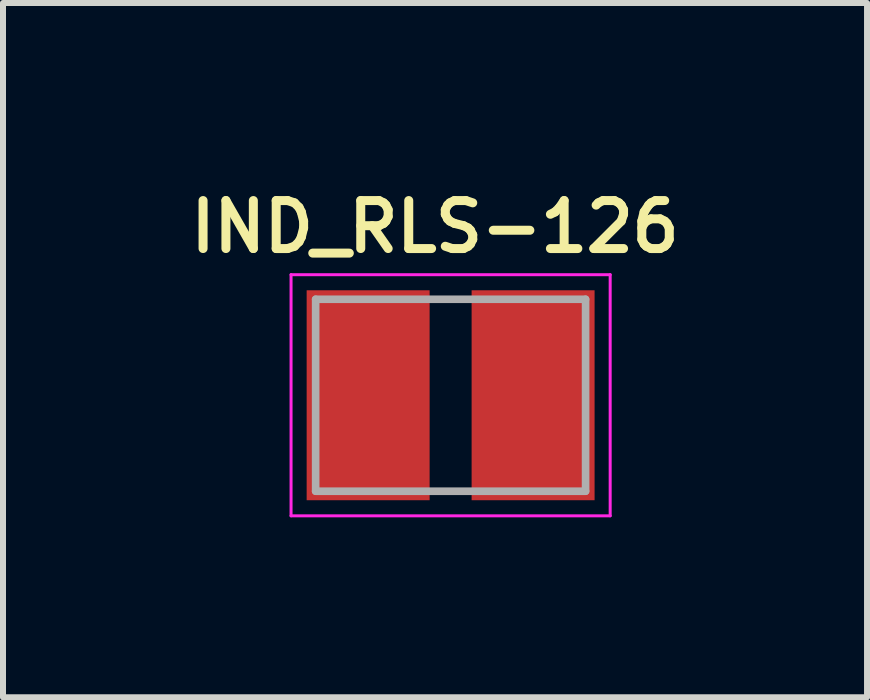
<source format=kicad_pcb>
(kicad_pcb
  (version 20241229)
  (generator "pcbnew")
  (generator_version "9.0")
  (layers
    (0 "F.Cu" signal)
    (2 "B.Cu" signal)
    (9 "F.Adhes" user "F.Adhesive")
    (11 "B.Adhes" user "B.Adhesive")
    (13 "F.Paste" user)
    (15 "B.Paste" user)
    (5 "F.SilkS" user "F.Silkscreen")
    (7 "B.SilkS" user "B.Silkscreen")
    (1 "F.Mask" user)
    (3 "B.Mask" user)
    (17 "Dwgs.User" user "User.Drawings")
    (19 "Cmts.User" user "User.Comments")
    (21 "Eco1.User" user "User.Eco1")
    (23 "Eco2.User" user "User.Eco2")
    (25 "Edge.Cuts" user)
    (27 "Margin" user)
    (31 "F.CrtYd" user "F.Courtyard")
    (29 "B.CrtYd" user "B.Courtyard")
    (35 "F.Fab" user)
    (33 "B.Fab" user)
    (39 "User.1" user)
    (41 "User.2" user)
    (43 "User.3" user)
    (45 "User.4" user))
  (footprint "IND_RLS-126"
    (layer "F.Cu")
    (at 4.462 3.539)
    (property "Reference" "IND_RLS-126" (at -0.26 -2.808 0) (layer "F.SilkS") (effects (font (size 0.8 0.8) (thickness 0.15))))
    (attr smd)
    (fp_line (start -2.66 -2.01) (end 2.66 -2.01) (stroke (width 0.05) (type solid)) (layer "F.CrtYd"))
    (fp_line (start -2.66 2.01) (end -2.66 -2.01) (stroke (width 0.05) (type solid)) (layer "F.CrtYd"))
    (fp_line (start 2.66 -2.01) (end 2.66 2.01) (stroke (width 0.05) (type solid)) (layer "F.CrtYd"))
    (fp_line (start 2.66 2.01) (end -2.66 2.01) (stroke (width 0.05) (type solid)) (layer "F.CrtYd"))
    (fp_line (start -2.25 -1.6) (end 2.25 -1.6) (stroke (width 0.127) (type solid)) (layer "F.Fab"))
    (fp_line (start -2.25 1.6) (end -2.25 -1.6) (stroke (width 0.127) (type solid)) (layer "F.Fab"))
    (fp_line (start 2.25 -1.6) (end 2.25 1.6) (stroke (width 0.127) (type solid)) (layer "F.Fab"))
    (fp_line (start 2.25 1.6) (end -2.25 1.6) (stroke (width 0.127) (type solid)) (layer "F.Fab"))
    (pad "1" smd rect (at -1.375 0) (size 2.05 3.5) (layers "F.Cu" "F.Mask" "F.Paste"))
    (pad "2" smd rect (at 1.375 0) (size 2.05 3.5) (layers "F.Cu" "F.Mask" "F.Paste")))
  (gr_rect
    (start -3 -3)
    (end 11.404 8.574)
    (stroke (width 0.1) (type default))
    (fill no)
    (layer "Edge.Cuts")))
</source>
